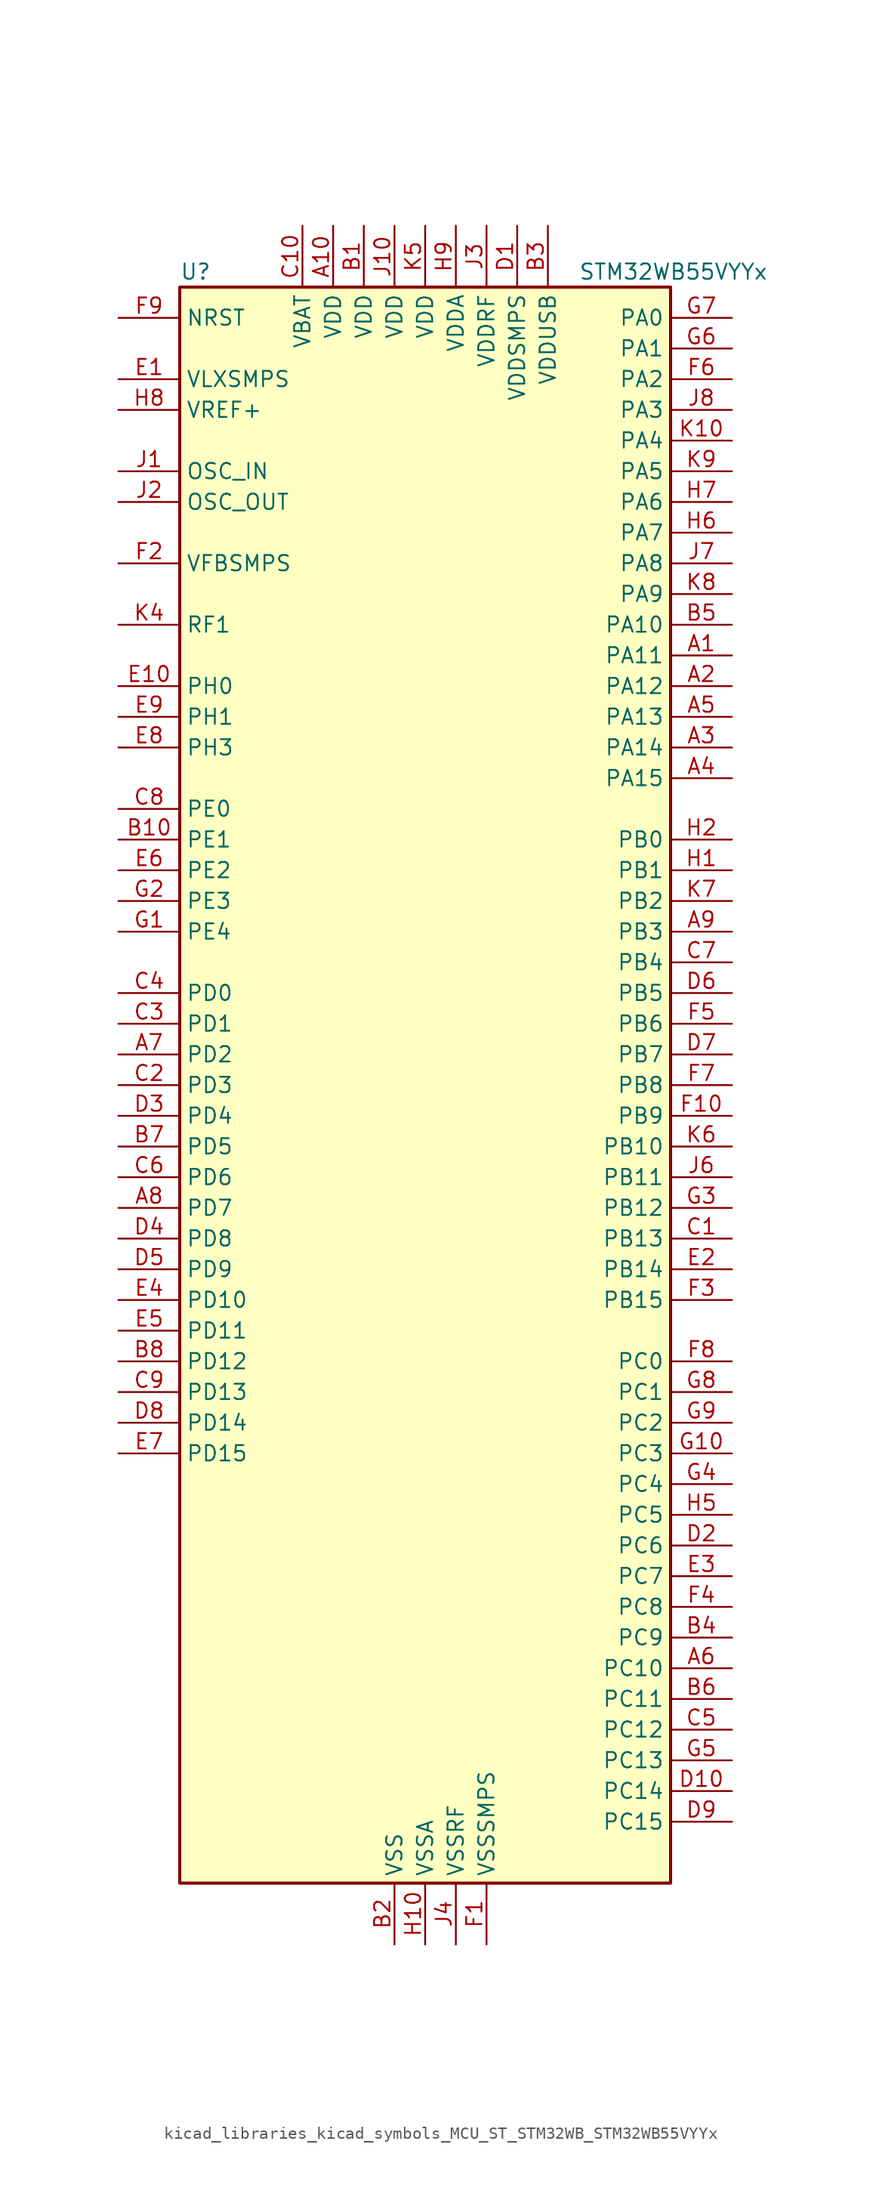
<source format=kicad_sym>
(kicad_symbol_lib
  (version 20220914)
  (generator kicad_symbol_editor)
  (symbol "kicad_libraries_kicad_symbols_MCU_ST_STM32WB_STM32WB55VYYx"
    (property "Reference" "U"
      (at -20.32 67.31 0)
      (effects (font (size 1.27 1.27)) (justify left)))
    (property "Value" "STM32WB55VYYx"
      (at 12.7 67.31 0)
      (effects (font (size 1.27 1.27)) (justify left)))
    (property "ki_locked" ""
      (at 0 0 0)
      (effects (font (size 1.27 1.27))))
    (symbol "kicad_libraries_kicad_symbols_MCU_ST_STM32WB_STM32WB55VYYx_0_1"
      (rectangle (start -20.32 -66.04) (end 20.32 66.04) (stroke (width 0.254) (type default)) (fill (type background))))
    (symbol "kicad_libraries_kicad_symbols_MCU_ST_STM32WB_STM32WB55VYYx_1_1"
      (pin bidirectional line (at 25.4 35.56 180) (length 5.08) (name "PA11" (effects (font (size 1.27 1.27)))) (number "A1" (effects (font (size 1.27 1.27)))) (alternate "ADC1_EXTI11" bidirectional line) (alternate "SPI1_MISO" bidirectional line) (alternate "TIM1_BKIN2" bidirectional line) (alternate "TIM1_CH4" bidirectional line) (alternate "USART1_CTS" bidirectional line) (alternate "USART1_NSS" bidirectional line) (alternate "USB_DM" bidirectional line))
      (pin power_in line (at -7.62 71.12 270) (length 5.08) (name "VDD" (effects (font (size 1.27 1.27)))) (number "A10" (effects (font (size 1.27 1.27)))))
      (pin bidirectional line (at 25.4 33.02 180) (length 5.08) (name "PA12" (effects (font (size 1.27 1.27)))) (number "A2" (effects (font (size 1.27 1.27)))) (alternate "LPUART1_RX" bidirectional line) (alternate "SPI1_MOSI" bidirectional line) (alternate "TIM1_ETR" bidirectional line) (alternate "USART1_DE" bidirectional line) (alternate "USART1_RTS" bidirectional line) (alternate "USB_DP" bidirectional line))
      (pin bidirectional line (at 25.4 27.94 180) (length 5.08) (name "PA14" (effects (font (size 1.27 1.27)))) (number "A3" (effects (font (size 1.27 1.27)))) (alternate "I2C1_SMBA" bidirectional line) (alternate "LCD_SEG5" bidirectional line) (alternate "LPTIM1_OUT" bidirectional line) (alternate "SAI1_FS_B" bidirectional line) (alternate "SYS_JTCK-SWCLK" bidirectional line))
      (pin bidirectional line (at 25.4 25.4 180) (length 5.08) (name "PA15" (effects (font (size 1.27 1.27)))) (number "A4" (effects (font (size 1.27 1.27)))) (alternate "ADC1_EXTI15" bidirectional line) (alternate "LCD_SEG17" bidirectional line) (alternate "RCC_MCO" bidirectional line) (alternate "SPI1_NSS" bidirectional line) (alternate "SYS_JTDI" bidirectional line) (alternate "TIM2_CH1" bidirectional line) (alternate "TIM2_ETR" bidirectional line) (alternate "TSC_G3_IO1" bidirectional line))
      (pin bidirectional line (at 25.4 30.48 180) (length 5.08) (name "PA13" (effects (font (size 1.27 1.27)))) (number "A5" (effects (font (size 1.27 1.27)))) (alternate "IR_OUT" bidirectional line) (alternate "SAI1_SD_B" bidirectional line) (alternate "SYS_JTMS-SWDIO" bidirectional line) (alternate "USB_NOE" bidirectional line))
      (pin bidirectional line (at 25.4 -48.26 180) (length 5.08) (name "PC10" (effects (font (size 1.27 1.27)))) (number "A6" (effects (font (size 1.27 1.27)))) (alternate "LCD_COM4" bidirectional line) (alternate "LCD_SEG28" bidirectional line) (alternate "LCD_SEG40" bidirectional line) (alternate "SYS_TRACED1" bidirectional line) (alternate "TSC_G3_IO2" bidirectional line))
      (pin bidirectional line (at -25.4 2.54 0) (length 5.08) (name "PD2" (effects (font (size 1.27 1.27)))) (number "A7" (effects (font (size 1.27 1.27)))) (alternate "LCD_COM7" bidirectional line) (alternate "LCD_SEG31" bidirectional line) (alternate "LCD_SEG43" bidirectional line) (alternate "SYS_TRACED2" bidirectional line) (alternate "TSC_SYNC" bidirectional line))
      (pin bidirectional line (at -25.4 -10.16 0) (length 5.08) (name "PD7" (effects (font (size 1.27 1.27)))) (number "A8" (effects (font (size 1.27 1.27)))) (alternate "LCD_SEG39" bidirectional line) (alternate "QUADSPI_BK1_IO3" bidirectional line) (alternate "TSC_G5_IO4" bidirectional line))
      (pin bidirectional line (at 25.4 12.7 180) (length 5.08) (name "PB3" (effects (font (size 1.27 1.27)))) (number "A9" (effects (font (size 1.27 1.27)))) (alternate "COMP2_INM" bidirectional line) (alternate "LCD_SEG7" bidirectional line) (alternate "SAI1_SCK_B" bidirectional line) (alternate "SPI1_SCK" bidirectional line) (alternate "SYS_JTDO-SWO" bidirectional line) (alternate "TIM2_CH2" bidirectional line) (alternate "USART1_DE" bidirectional line) (alternate "USART1_RTS" bidirectional line))
      (pin power_in line (at -5.08 71.12 270) (length 5.08) (name "VDD" (effects (font (size 1.27 1.27)))) (number "B1" (effects (font (size 1.27 1.27)))))
      (pin bidirectional line (at -25.4 20.32 0) (length 5.08) (name "PE1" (effects (font (size 1.27 1.27)))) (number "B10" (effects (font (size 1.27 1.27)))) (alternate "LCD_SEG37" bidirectional line) (alternate "TIM17_CH1" bidirectional line) (alternate "TSC_G7_IO2" bidirectional line))
      (pin power_in line (at -2.54 -71.12 90) (length 5.08) (name "VSS" (effects (font (size 1.27 1.27)))) (number "B2" (effects (font (size 1.27 1.27)))))
      (pin power_in line (at 10.16 71.12 270) (length 5.08) (name "VDDUSB" (effects (font (size 1.27 1.27)))) (number "B3" (effects (font (size 1.27 1.27)))))
      (pin bidirectional line (at 25.4 -45.72 180) (length 5.08) (name "PC9" (effects (font (size 1.27 1.27)))) (number "B4" (effects (font (size 1.27 1.27)))) (alternate "LCD_SEG27" bidirectional line) (alternate "SAI1_SCK_B" bidirectional line) (alternate "TIM1_BKIN" bidirectional line) (alternate "TSC_G4_IO4" bidirectional line) (alternate "USB_NOE" bidirectional line))
      (pin bidirectional line (at 25.4 38.1 180) (length 5.08) (name "PA10" (effects (font (size 1.27 1.27)))) (number "B5" (effects (font (size 1.27 1.27)))) (alternate "CRS_SYNC" bidirectional line) (alternate "I2C1_SDA" bidirectional line) (alternate "LCD_COM2" bidirectional line) (alternate "SAI1_D1" bidirectional line) (alternate "SAI1_SD_A" bidirectional line) (alternate "TIM17_BKIN" bidirectional line) (alternate "TIM1_CH3" bidirectional line) (alternate "USART1_RX" bidirectional line))
      (pin bidirectional line (at 25.4 -50.8 180) (length 5.08) (name "PC11" (effects (font (size 1.27 1.27)))) (number "B6" (effects (font (size 1.27 1.27)))) (alternate "ADC1_EXTI11" bidirectional line) (alternate "LCD_COM5" bidirectional line) (alternate "LCD_SEG29" bidirectional line) (alternate "LCD_SEG41" bidirectional line) (alternate "TSC_G3_IO3" bidirectional line))
      (pin bidirectional line (at -25.4 -5.08 0) (length 5.08) (name "PD5" (effects (font (size 1.27 1.27)))) (number "B7" (effects (font (size 1.27 1.27)))) (alternate "QUADSPI_BK1_IO1" bidirectional line) (alternate "SAI1_MCLK_B" bidirectional line) (alternate "TSC_G5_IO2" bidirectional line))
      (pin bidirectional line (at -25.4 -22.86 0) (length 5.08) (name "PD12" (effects (font (size 1.27 1.27)))) (number "B8" (effects (font (size 1.27 1.27)))) (alternate "LCD_SEG32" bidirectional line) (alternate "LPTIM2_IN1" bidirectional line) (alternate "TSC_G6_IO3" bidirectional line))
      (pin passive line (at -2.54 -71.12 90) (length 5.08) hide (name "VSS" (effects (font (size 1.27 1.27)))) (number "B9" (effects (font (size 1.27 1.27)))))
      (pin bidirectional line (at 25.4 -12.7 180) (length 5.08) (name "PB13" (effects (font (size 1.27 1.27)))) (number "C1" (effects (font (size 1.27 1.27)))) (alternate "I2C3_SCL" bidirectional line) (alternate "LCD_SEG13" bidirectional line) (alternate "LPUART1_CTS" bidirectional line) (alternate "SAI1_SCK_A" bidirectional line) (alternate "SPI2_SCK" bidirectional line) (alternate "TIM1_CH1N" bidirectional line) (alternate "TSC_G1_IO2" bidirectional line))
      (pin power_in line (at -10.16 71.12 270) (length 5.08) (name "VBAT" (effects (font (size 1.27 1.27)))) (number "C10" (effects (font (size 1.27 1.27)))))
      (pin bidirectional line (at -25.4 0 0) (length 5.08) (name "PD3" (effects (font (size 1.27 1.27)))) (number "C2" (effects (font (size 1.27 1.27)))) (alternate "QUADSPI_BK1_NCS" bidirectional line) (alternate "SPI2_MISO" bidirectional line) (alternate "SPI2_SCK" bidirectional line))
      (pin bidirectional line (at -25.4 5.08 0) (length 5.08) (name "PD1" (effects (font (size 1.27 1.27)))) (number "C3" (effects (font (size 1.27 1.27)))) (alternate "SPI2_SCK" bidirectional line))
      (pin bidirectional line (at -25.4 7.62 0) (length 5.08) (name "PD0" (effects (font (size 1.27 1.27)))) (number "C4" (effects (font (size 1.27 1.27)))) (alternate "SPI2_NSS" bidirectional line))
      (pin bidirectional line (at 25.4 -53.34 180) (length 5.08) (name "PC12" (effects (font (size 1.27 1.27)))) (number "C5" (effects (font (size 1.27 1.27)))) (alternate "LCD_COM6" bidirectional line) (alternate "LCD_SEG30" bidirectional line) (alternate "LCD_SEG42" bidirectional line) (alternate "RCC_LSCO" bidirectional line) (alternate "RTC_TAMP3" bidirectional line) (alternate "SYS_TRACED3" bidirectional line) (alternate "SYS_WKUP3" bidirectional line) (alternate "TSC_G3_IO4" bidirectional line))
      (pin bidirectional line (at -25.4 -7.62 0) (length 5.08) (name "PD6" (effects (font (size 1.27 1.27)))) (number "C6" (effects (font (size 1.27 1.27)))) (alternate "QUADSPI_BK1_IO2" bidirectional line) (alternate "SAI1_D1" bidirectional line) (alternate "SAI1_SD_A" bidirectional line) (alternate "TSC_G5_IO3" bidirectional line))
      (pin bidirectional line (at 25.4 10.16 180) (length 5.08) (name "PB4" (effects (font (size 1.27 1.27)))) (number "C7" (effects (font (size 1.27 1.27)))) (alternate "COMP2_INP" bidirectional line) (alternate "I2C3_SDA" bidirectional line) (alternate "LCD_SEG8" bidirectional line) (alternate "SAI1_MCLK_B" bidirectional line) (alternate "SPI1_MISO" bidirectional line) (alternate "SYS_JTRST" bidirectional line) (alternate "TIM17_BKIN" bidirectional line) (alternate "TSC_G2_IO1" bidirectional line) (alternate "USART1_CTS" bidirectional line) (alternate "USART1_NSS" bidirectional line))
      (pin bidirectional line (at -25.4 22.86 0) (length 5.08) (name "PE0" (effects (font (size 1.27 1.27)))) (number "C8" (effects (font (size 1.27 1.27)))) (alternate "LCD_SEG36" bidirectional line) (alternate "TIM16_CH1" bidirectional line) (alternate "TIM1_ETR" bidirectional line) (alternate "TSC_G7_IO3" bidirectional line))
      (pin bidirectional line (at -25.4 -25.4 0) (length 5.08) (name "PD13" (effects (font (size 1.27 1.27)))) (number "C9" (effects (font (size 1.27 1.27)))) (alternate "LCD_SEG33" bidirectional line) (alternate "LPTIM2_OUT" bidirectional line) (alternate "TSC_G6_IO4" bidirectional line))
      (pin power_in line (at 7.62 71.12 270) (length 5.08) (name "VDDSMPS" (effects (font (size 1.27 1.27)))) (number "D1" (effects (font (size 1.27 1.27)))))
      (pin bidirectional line (at 25.4 -58.42 180) (length 5.08) (name "PC14" (effects (font (size 1.27 1.27)))) (number "D10" (effects (font (size 1.27 1.27)))) (alternate "RCC_OSC32_IN" bidirectional line))
      (pin bidirectional line (at 25.4 -38.1 180) (length 5.08) (name "PC6" (effects (font (size 1.27 1.27)))) (number "D2" (effects (font (size 1.27 1.27)))) (alternate "LCD_SEG24" bidirectional line) (alternate "TSC_G4_IO1" bidirectional line))
      (pin bidirectional line (at -25.4 -2.54 0) (length 5.08) (name "PD4" (effects (font (size 1.27 1.27)))) (number "D3" (effects (font (size 1.27 1.27)))) (alternate "QUADSPI_BK1_IO0" bidirectional line) (alternate "SPI2_MOSI" bidirectional line) (alternate "TSC_G5_IO1" bidirectional line))
      (pin bidirectional line (at -25.4 -12.7 0) (length 5.08) (name "PD8" (effects (font (size 1.27 1.27)))) (number "D4" (effects (font (size 1.27 1.27)))) (alternate "LCD_SEG28" bidirectional line) (alternate "TIM1_BKIN2" bidirectional line))
      (pin bidirectional line (at -25.4 -15.24 0) (length 5.08) (name "PD9" (effects (font (size 1.27 1.27)))) (number "D5" (effects (font (size 1.27 1.27)))) (alternate "LCD_SEG29" bidirectional line) (alternate "SYS_TRACED0" bidirectional line))
      (pin bidirectional line (at 25.4 7.62 180) (length 5.08) (name "PB5" (effects (font (size 1.27 1.27)))) (number "D6" (effects (font (size 1.27 1.27)))) (alternate "COMP2_OUT" bidirectional line) (alternate "I2C1_SMBA" bidirectional line) (alternate "LCD_SEG9" bidirectional line) (alternate "LPTIM1_IN1" bidirectional line) (alternate "LPUART1_TX" bidirectional line) (alternate "SAI1_SD_B" bidirectional line) (alternate "SPI1_MOSI" bidirectional line) (alternate "TIM16_BKIN" bidirectional line) (alternate "TSC_G2_IO2" bidirectional line) (alternate "USART1_CK" bidirectional line))
      (pin bidirectional line (at 25.4 2.54 180) (length 5.08) (name "PB7" (effects (font (size 1.27 1.27)))) (number "D7" (effects (font (size 1.27 1.27)))) (alternate "COMP2_INM" bidirectional line) (alternate "I2C1_SDA" bidirectional line) (alternate "LCD_SEG21" bidirectional line) (alternate "LPTIM1_IN2" bidirectional line) (alternate "SYS_PVD_IN" bidirectional line) (alternate "TIM17_CH1N" bidirectional line) (alternate "TIM1_BKIN" bidirectional line) (alternate "TSC_G2_IO4" bidirectional line) (alternate "USART1_RX" bidirectional line))
      (pin bidirectional line (at -25.4 -27.94 0) (length 5.08) (name "PD14" (effects (font (size 1.27 1.27)))) (number "D8" (effects (font (size 1.27 1.27)))) (alternate "LCD_SEG34" bidirectional line) (alternate "TIM1_CH1" bidirectional line))
      (pin bidirectional line (at 25.4 -60.96 180) (length 5.08) (name "PC15" (effects (font (size 1.27 1.27)))) (number "D9" (effects (font (size 1.27 1.27)))) (alternate "ADC1_EXTI15" bidirectional line) (alternate "RCC_OSC32_OUT" bidirectional line))
      (pin power_in line (at -25.4 58.42 0) (length 5.08) (name "VLXSMPS" (effects (font (size 1.27 1.27)))) (number "E1" (effects (font (size 1.27 1.27)))))
      (pin bidirectional line (at -25.4 33.02 0) (length 5.08) (name "PH0" (effects (font (size 1.27 1.27)))) (number "E10" (effects (font (size 1.27 1.27)))))
      (pin bidirectional line (at 25.4 -15.24 180) (length 5.08) (name "PB14" (effects (font (size 1.27 1.27)))) (number "E2" (effects (font (size 1.27 1.27)))) (alternate "I2C3_SDA" bidirectional line) (alternate "LCD_SEG14" bidirectional line) (alternate "SAI1_MCLK_A" bidirectional line) (alternate "SPI2_MISO" bidirectional line) (alternate "TIM1_CH2N" bidirectional line) (alternate "TSC_G1_IO3" bidirectional line))
      (pin bidirectional line (at 25.4 -40.64 180) (length 5.08) (name "PC7" (effects (font (size 1.27 1.27)))) (number "E3" (effects (font (size 1.27 1.27)))) (alternate "LCD_SEG25" bidirectional line) (alternate "TSC_G4_IO2" bidirectional line))
      (pin bidirectional line (at -25.4 -17.78 0) (length 5.08) (name "PD10" (effects (font (size 1.27 1.27)))) (number "E4" (effects (font (size 1.27 1.27)))) (alternate "LCD_SEG30" bidirectional line) (alternate "SYS_TRIG_INOUT" bidirectional line) (alternate "TSC_G6_IO1" bidirectional line))
      (pin bidirectional line (at -25.4 -20.32 0) (length 5.08) (name "PD11" (effects (font (size 1.27 1.27)))) (number "E5" (effects (font (size 1.27 1.27)))) (alternate "ADC1_EXTI11" bidirectional line) (alternate "LCD_SEG31" bidirectional line) (alternate "LPTIM2_ETR" bidirectional line) (alternate "TSC_G6_IO2" bidirectional line))
      (pin bidirectional line (at -25.4 17.78 0) (length 5.08) (name "PE2" (effects (font (size 1.27 1.27)))) (number "E6" (effects (font (size 1.27 1.27)))) (alternate "LCD_SEG38" bidirectional line) (alternate "SAI1_CK1" bidirectional line) (alternate "SAI1_MCLK_A" bidirectional line) (alternate "SYS_TRACECLK" bidirectional line) (alternate "TSC_G7_IO1" bidirectional line))
      (pin bidirectional line (at -25.4 -30.48 0) (length 5.08) (name "PD15" (effects (font (size 1.27 1.27)))) (number "E7" (effects (font (size 1.27 1.27)))) (alternate "ADC1_EXTI15" bidirectional line) (alternate "LCD_SEG35" bidirectional line) (alternate "TIM1_CH2" bidirectional line))
      (pin bidirectional line (at -25.4 27.94 0) (length 5.08) (name "PH3" (effects (font (size 1.27 1.27)))) (number "E8" (effects (font (size 1.27 1.27)))) (alternate "RCC_LSCO" bidirectional line))
      (pin bidirectional line (at -25.4 30.48 0) (length 5.08) (name "PH1" (effects (font (size 1.27 1.27)))) (number "E9" (effects (font (size 1.27 1.27)))))
      (pin power_in line (at 5.08 -71.12 90) (length 5.08) (name "VSSSMPS" (effects (font (size 1.27 1.27)))) (number "F1" (effects (font (size 1.27 1.27)))))
      (pin bidirectional line (at 25.4 -2.54 180) (length 5.08) (name "PB9" (effects (font (size 1.27 1.27)))) (number "F10" (effects (font (size 1.27 1.27)))) (alternate "I2C1_SDA" bidirectional line) (alternate "IR_OUT" bidirectional line) (alternate "LCD_COM3" bidirectional line) (alternate "QUADSPI_BK1_IO0" bidirectional line) (alternate "SAI1_D2" bidirectional line) (alternate "SAI1_FS_A" bidirectional line) (alternate "SPI2_NSS" bidirectional line) (alternate "TIM17_CH1" bidirectional line) (alternate "TIM1_CH3N" bidirectional line) (alternate "TSC_G7_IO4" bidirectional line))
      (pin input line (at -25.4 43.18 0) (length 5.08) (name "VFBSMPS" (effects (font (size 1.27 1.27)))) (number "F2" (effects (font (size 1.27 1.27)))))
      (pin bidirectional line (at 25.4 -17.78 180) (length 5.08) (name "PB15" (effects (font (size 1.27 1.27)))) (number "F3" (effects (font (size 1.27 1.27)))) (alternate "ADC1_EXTI15" bidirectional line) (alternate "LCD_SEG15" bidirectional line) (alternate "RTC_REFIN" bidirectional line) (alternate "SAI1_SD_A" bidirectional line) (alternate "SPI2_MOSI" bidirectional line) (alternate "TIM1_CH3N" bidirectional line) (alternate "TSC_G1_IO4" bidirectional line))
      (pin bidirectional line (at 25.4 -43.18 180) (length 5.08) (name "PC8" (effects (font (size 1.27 1.27)))) (number "F4" (effects (font (size 1.27 1.27)))) (alternate "LCD_SEG26" bidirectional line) (alternate "TSC_G4_IO3" bidirectional line))
      (pin bidirectional line (at 25.4 5.08 180) (length 5.08) (name "PB6" (effects (font (size 1.27 1.27)))) (number "F5" (effects (font (size 1.27 1.27)))) (alternate "COMP2_INP" bidirectional line) (alternate "I2C1_SCL" bidirectional line) (alternate "LCD_SEG6" bidirectional line) (alternate "LPTIM1_ETR" bidirectional line) (alternate "RCC_MCO" bidirectional line) (alternate "SAI1_FS_B" bidirectional line) (alternate "TIM16_CH1N" bidirectional line) (alternate "TSC_G2_IO3" bidirectional line) (alternate "USART1_TX" bidirectional line))
      (pin bidirectional line (at 25.4 58.42 180) (length 5.08) (name "PA2" (effects (font (size 1.27 1.27)))) (number "F6" (effects (font (size 1.27 1.27)))) (alternate "ADC1_IN7" bidirectional line) (alternate "COMP2_INM" bidirectional line) (alternate "COMP2_OUT" bidirectional line) (alternate "LCD_SEG1" bidirectional line) (alternate "LPUART1_TX" bidirectional line) (alternate "QUADSPI_BK1_NCS" bidirectional line) (alternate "RCC_LSCO" bidirectional line) (alternate "SYS_WKUP4" bidirectional line) (alternate "TIM2_CH3" bidirectional line))
      (pin bidirectional line (at 25.4 0 180) (length 5.08) (name "PB8" (effects (font (size 1.27 1.27)))) (number "F7" (effects (font (size 1.27 1.27)))) (alternate "I2C1_SCL" bidirectional line) (alternate "LCD_SEG16" bidirectional line) (alternate "QUADSPI_BK1_IO1" bidirectional line) (alternate "SAI1_CK1" bidirectional line) (alternate "SAI1_MCLK_A" bidirectional line) (alternate "TIM16_CH1" bidirectional line) (alternate "TIM1_CH2N" bidirectional line))
      (pin bidirectional line (at 25.4 -22.86 180) (length 5.08) (name "PC0" (effects (font (size 1.27 1.27)))) (number "F8" (effects (font (size 1.27 1.27)))) (alternate "ADC1_IN1" bidirectional line) (alternate "I2C3_SCL" bidirectional line) (alternate "LCD_SEG18" bidirectional line) (alternate "LPTIM1_IN1" bidirectional line) (alternate "LPTIM2_IN1" bidirectional line) (alternate "LPUART1_RX" bidirectional line))
      (pin input line (at -25.4 63.5 0) (length 5.08) (name "NRST" (effects (font (size 1.27 1.27)))) (number "F9" (effects (font (size 1.27 1.27)))))
      (pin bidirectional line (at -25.4 12.7 0) (length 5.08) (name "PE4" (effects (font (size 1.27 1.27)))) (number "G1" (effects (font (size 1.27 1.27)))))
      (pin bidirectional line (at 25.4 -30.48 180) (length 5.08) (name "PC3" (effects (font (size 1.27 1.27)))) (number "G10" (effects (font (size 1.27 1.27)))) (alternate "ADC1_IN4" bidirectional line) (alternate "LCD_VLCD" bidirectional line) (alternate "LPTIM1_ETR" bidirectional line) (alternate "LPTIM2_ETR" bidirectional line) (alternate "SAI1_D1" bidirectional line) (alternate "SAI1_SD_A" bidirectional line) (alternate "SPI2_MOSI" bidirectional line))
      (pin bidirectional line (at -25.4 15.24 0) (length 5.08) (name "PE3" (effects (font (size 1.27 1.27)))) (number "G2" (effects (font (size 1.27 1.27)))))
      (pin bidirectional line (at 25.4 -10.16 180) (length 5.08) (name "PB12" (effects (font (size 1.27 1.27)))) (number "G3" (effects (font (size 1.27 1.27)))) (alternate "I2C3_SMBA" bidirectional line) (alternate "LCD_SEG12" bidirectional line) (alternate "LPUART1_DE" bidirectional line) (alternate "LPUART1_RTS" bidirectional line) (alternate "SAI1_FS_A" bidirectional line) (alternate "SPI2_NSS" bidirectional line) (alternate "TIM1_BKIN" bidirectional line) (alternate "TSC_G1_IO1" bidirectional line))
      (pin bidirectional line (at 25.4 -33.02 180) (length 5.08) (name "PC4" (effects (font (size 1.27 1.27)))) (number "G4" (effects (font (size 1.27 1.27)))) (alternate "ADC1_IN13" bidirectional line) (alternate "COMP1_INM" bidirectional line) (alternate "LCD_SEG22" bidirectional line))
      (pin bidirectional line (at 25.4 -55.88 180) (length 5.08) (name "PC13" (effects (font (size 1.27 1.27)))) (number "G5" (effects (font (size 1.27 1.27)))) (alternate "RTC_OUT1" bidirectional line) (alternate "RTC_TAMP1" bidirectional line) (alternate "RTC_TS" bidirectional line) (alternate "SYS_WKUP2" bidirectional line))
      (pin bidirectional line (at 25.4 60.96 180) (length 5.08) (name "PA1" (effects (font (size 1.27 1.27)))) (number "G6" (effects (font (size 1.27 1.27)))) (alternate "ADC1_IN6" bidirectional line) (alternate "COMP1_INP" bidirectional line) (alternate "I2C1_SMBA" bidirectional line) (alternate "LCD_SEG0" bidirectional line) (alternate "SPI1_SCK" bidirectional line) (alternate "TIM2_CH2" bidirectional line))
      (pin bidirectional line (at 25.4 63.5 180) (length 5.08) (name "PA0" (effects (font (size 1.27 1.27)))) (number "G7" (effects (font (size 1.27 1.27)))) (alternate "ADC1_IN5" bidirectional line) (alternate "COMP1_INM" bidirectional line) (alternate "COMP1_OUT" bidirectional line) (alternate "RTC_TAMP2" bidirectional line) (alternate "SAI1_EXTCLK" bidirectional line) (alternate "SYS_WKUP1" bidirectional line) (alternate "TIM2_CH1" bidirectional line) (alternate "TIM2_ETR" bidirectional line))
      (pin bidirectional line (at 25.4 -25.4 180) (length 5.08) (name "PC1" (effects (font (size 1.27 1.27)))) (number "G8" (effects (font (size 1.27 1.27)))) (alternate "ADC1_IN2" bidirectional line) (alternate "I2C3_SDA" bidirectional line) (alternate "LCD_SEG19" bidirectional line) (alternate "LPTIM1_OUT" bidirectional line) (alternate "LPUART1_TX" bidirectional line) (alternate "SPI2_MOSI" bidirectional line))
      (pin bidirectional line (at 25.4 -27.94 180) (length 5.08) (name "PC2" (effects (font (size 1.27 1.27)))) (number "G9" (effects (font (size 1.27 1.27)))) (alternate "ADC1_IN3" bidirectional line) (alternate "LCD_SEG20" bidirectional line) (alternate "LPTIM1_IN2" bidirectional line) (alternate "SPI2_MISO" bidirectional line))
      (pin bidirectional line (at 25.4 17.78 180) (length 5.08) (name "PB1" (effects (font (size 1.27 1.27)))) (number "H1" (effects (font (size 1.27 1.27)))) (alternate "LPTIM2_IN1" bidirectional line) (alternate "LPUART1_DE" bidirectional line) (alternate "LPUART1_RTS" bidirectional line))
      (pin power_in line (at 0 -71.12 90) (length 5.08) (name "VSSA" (effects (font (size 1.27 1.27)))) (number "H10" (effects (font (size 1.27 1.27)))))
      (pin bidirectional line (at 25.4 20.32 180) (length 5.08) (name "PB0" (effects (font (size 1.27 1.27)))) (number "H2" (effects (font (size 1.27 1.27)))) (alternate "COMP1_OUT" bidirectional line) (alternate "RF_TX_MOD_EXT_PA" bidirectional line))
      (pin no_connect line (at -20.32 -66.04 0) (length 5.08) hide (name "AT0" (effects (font (size 1.27 1.27)))) (number "H3" (effects (font (size 1.27 1.27)))))
      (pin no_connect line (at -20.32 -63.5 0) (length 5.08) hide (name "AT1" (effects (font (size 1.27 1.27)))) (number "H4" (effects (font (size 1.27 1.27)))))
      (pin bidirectional line (at 25.4 -35.56 180) (length 5.08) (name "PC5" (effects (font (size 1.27 1.27)))) (number "H5" (effects (font (size 1.27 1.27)))) (alternate "ADC1_IN14" bidirectional line) (alternate "COMP1_INP" bidirectional line) (alternate "LCD_SEG23" bidirectional line) (alternate "SAI1_D3" bidirectional line) (alternate "SYS_WKUP5" bidirectional line))
      (pin bidirectional line (at 25.4 45.72 180) (length 5.08) (name "PA7" (effects (font (size 1.27 1.27)))) (number "H6" (effects (font (size 1.27 1.27)))) (alternate "ADC1_IN12" bidirectional line) (alternate "COMP2_OUT" bidirectional line) (alternate "I2C3_SCL" bidirectional line) (alternate "LCD_SEG4" bidirectional line) (alternate "QUADSPI_BK1_IO2" bidirectional line) (alternate "SPI1_MOSI" bidirectional line) (alternate "TIM17_CH1" bidirectional line) (alternate "TIM1_CH1N" bidirectional line))
      (pin bidirectional line (at 25.4 48.26 180) (length 5.08) (name "PA6" (effects (font (size 1.27 1.27)))) (number "H7" (effects (font (size 1.27 1.27)))) (alternate "ADC1_IN11" bidirectional line) (alternate "LCD_SEG3" bidirectional line) (alternate "LPUART1_CTS" bidirectional line) (alternate "QUADSPI_BK1_IO3" bidirectional line) (alternate "SPI1_MISO" bidirectional line) (alternate "TIM16_CH1" bidirectional line) (alternate "TIM1_BKIN" bidirectional line))
      (pin input line (at -25.4 55.88 0) (length 5.08) (name "VREF+" (effects (font (size 1.27 1.27)))) (number "H8" (effects (font (size 1.27 1.27)))) (alternate "VREFBUF_OUT" bidirectional line))
      (pin power_in line (at 2.54 71.12 270) (length 5.08) (name "VDDA" (effects (font (size 1.27 1.27)))) (number "H9" (effects (font (size 1.27 1.27)))))
      (pin input line (at -25.4 50.8 0) (length 5.08) (name "OSC_IN" (effects (font (size 1.27 1.27)))) (number "J1" (effects (font (size 1.27 1.27)))) (alternate "RCC_OSC_IN" bidirectional line))
      (pin power_in line (at -2.54 71.12 270) (length 5.08) (name "VDD" (effects (font (size 1.27 1.27)))) (number "J10" (effects (font (size 1.27 1.27)))))
      (pin input line (at -25.4 48.26 0) (length 5.08) (name "OSC_OUT" (effects (font (size 1.27 1.27)))) (number "J2" (effects (font (size 1.27 1.27)))) (alternate "RCC_OSC_OUT" bidirectional line))
      (pin power_in line (at 5.08 71.12 270) (length 5.08) (name "VDDRF" (effects (font (size 1.27 1.27)))) (number "J3" (effects (font (size 1.27 1.27)))))
      (pin power_in line (at 2.54 -71.12 90) (length 5.08) (name "VSSRF" (effects (font (size 1.27 1.27)))) (number "J4" (effects (font (size 1.27 1.27)))))
      (pin passive line (at -2.54 -71.12 90) (length 5.08) hide (name "VSS" (effects (font (size 1.27 1.27)))) (number "J5" (effects (font (size 1.27 1.27)))))
      (pin bidirectional line (at 25.4 -7.62 180) (length 5.08) (name "PB11" (effects (font (size 1.27 1.27)))) (number "J6" (effects (font (size 1.27 1.27)))) (alternate "ADC1_EXTI11" bidirectional line) (alternate "COMP2_OUT" bidirectional line) (alternate "I2C3_SDA" bidirectional line) (alternate "LCD_SEG11" bidirectional line) (alternate "LPUART1_TX" bidirectional line) (alternate "QUADSPI_BK1_NCS" bidirectional line) (alternate "TIM2_CH4" bidirectional line))
      (pin bidirectional line (at 25.4 43.18 180) (length 5.08) (name "PA8" (effects (font (size 1.27 1.27)))) (number "J7" (effects (font (size 1.27 1.27)))) (alternate "ADC1_IN15" bidirectional line) (alternate "LCD_COM0" bidirectional line) (alternate "LPTIM2_OUT" bidirectional line) (alternate "RCC_MCO" bidirectional line) (alternate "SAI1_CK2" bidirectional line) (alternate "SAI1_SCK_A" bidirectional line) (alternate "TIM1_CH1" bidirectional line) (alternate "USART1_CK" bidirectional line))
      (pin bidirectional line (at 25.4 55.88 180) (length 5.08) (name "PA3" (effects (font (size 1.27 1.27)))) (number "J8" (effects (font (size 1.27 1.27)))) (alternate "ADC1_IN8" bidirectional line) (alternate "COMP2_INP" bidirectional line) (alternate "LCD_SEG2" bidirectional line) (alternate "LPUART1_RX" bidirectional line) (alternate "QUADSPI_CLK" bidirectional line) (alternate "SAI1_CK1" bidirectional line) (alternate "SAI1_MCLK_A" bidirectional line) (alternate "TIM2_CH4" bidirectional line))
      (pin passive line (at -2.54 -71.12 90) (length 5.08) hide (name "VSS" (effects (font (size 1.27 1.27)))) (number "J9" (effects (font (size 1.27 1.27)))))
      (pin passive line (at 2.54 -71.12 90) (length 5.08) hide (name "VSSRF" (effects (font (size 1.27 1.27)))) (number "K1" (effects (font (size 1.27 1.27)))))
      (pin bidirectional line (at 25.4 53.34 180) (length 5.08) (name "PA4" (effects (font (size 1.27 1.27)))) (number "K10" (effects (font (size 1.27 1.27)))) (alternate "ADC1_IN9" bidirectional line) (alternate "COMP1_INM" bidirectional line) (alternate "COMP2_INM" bidirectional line) (alternate "LCD_SEG5" bidirectional line) (alternate "LPTIM2_OUT" bidirectional line) (alternate "SAI1_FS_B" bidirectional line) (alternate "SPI1_NSS" bidirectional line))
      (pin passive line (at 2.54 -71.12 90) (length 5.08) hide (name "VSSRF" (effects (font (size 1.27 1.27)))) (number "K2" (effects (font (size 1.27 1.27)))))
      (pin passive line (at 2.54 -71.12 90) (length 5.08) hide (name "VSSRF" (effects (font (size 1.27 1.27)))) (number "K3" (effects (font (size 1.27 1.27)))))
      (pin bidirectional line (at -25.4 38.1 0) (length 5.08) (name "RF1" (effects (font (size 1.27 1.27)))) (number "K4" (effects (font (size 1.27 1.27)))) (alternate "RF_RF1" bidirectional line))
      (pin power_in line (at 0 71.12 270) (length 5.08) (name "VDD" (effects (font (size 1.27 1.27)))) (number "K5" (effects (font (size 1.27 1.27)))))
      (pin bidirectional line (at 25.4 -5.08 180) (length 5.08) (name "PB10" (effects (font (size 1.27 1.27)))) (number "K6" (effects (font (size 1.27 1.27)))) (alternate "COMP1_OUT" bidirectional line) (alternate "I2C3_SCL" bidirectional line) (alternate "LCD_SEG10" bidirectional line) (alternate "LPUART1_RX" bidirectional line) (alternate "QUADSPI_CLK" bidirectional line) (alternate "SAI1_SCK_A" bidirectional line) (alternate "SPI2_SCK" bidirectional line) (alternate "TIM2_CH3" bidirectional line) (alternate "TSC_SYNC" bidirectional line))
      (pin bidirectional line (at 25.4 15.24 180) (length 5.08) (name "PB2" (effects (font (size 1.27 1.27)))) (number "K7" (effects (font (size 1.27 1.27)))) (alternate "COMP1_INP" bidirectional line) (alternate "I2C3_SMBA" bidirectional line) (alternate "LCD_VLCD" bidirectional line) (alternate "LPTIM1_OUT" bidirectional line) (alternate "RTC_OUT2" bidirectional line) (alternate "SAI1_EXTCLK" bidirectional line) (alternate "SPI1_NSS" bidirectional line))
      (pin bidirectional line (at 25.4 40.64 180) (length 5.08) (name "PA9" (effects (font (size 1.27 1.27)))) (number "K8" (effects (font (size 1.27 1.27)))) (alternate "ADC1_IN16" bidirectional line) (alternate "COMP1_INM" bidirectional line) (alternate "I2C1_SCL" bidirectional line) (alternate "LCD_COM1" bidirectional line) (alternate "SAI1_D2" bidirectional line) (alternate "SAI1_FS_A" bidirectional line) (alternate "SPI2_SCK" bidirectional line) (alternate "TIM1_CH2" bidirectional line) (alternate "USART1_TX" bidirectional line))
      (pin bidirectional line (at 25.4 50.8 180) (length 5.08) (name "PA5" (effects (font (size 1.27 1.27)))) (number "K9" (effects (font (size 1.27 1.27)))) (alternate "ADC1_IN10" bidirectional line) (alternate "COMP1_INM" bidirectional line) (alternate "COMP2_INM" bidirectional line) (alternate "LPTIM2_ETR" bidirectional line) (alternate "SAI1_SD_B" bidirectional line) (alternate "SPI1_SCK" bidirectional line) (alternate "TIM2_CH1" bidirectional line) (alternate "TIM2_ETR" bidirectional line)))))
</source>
